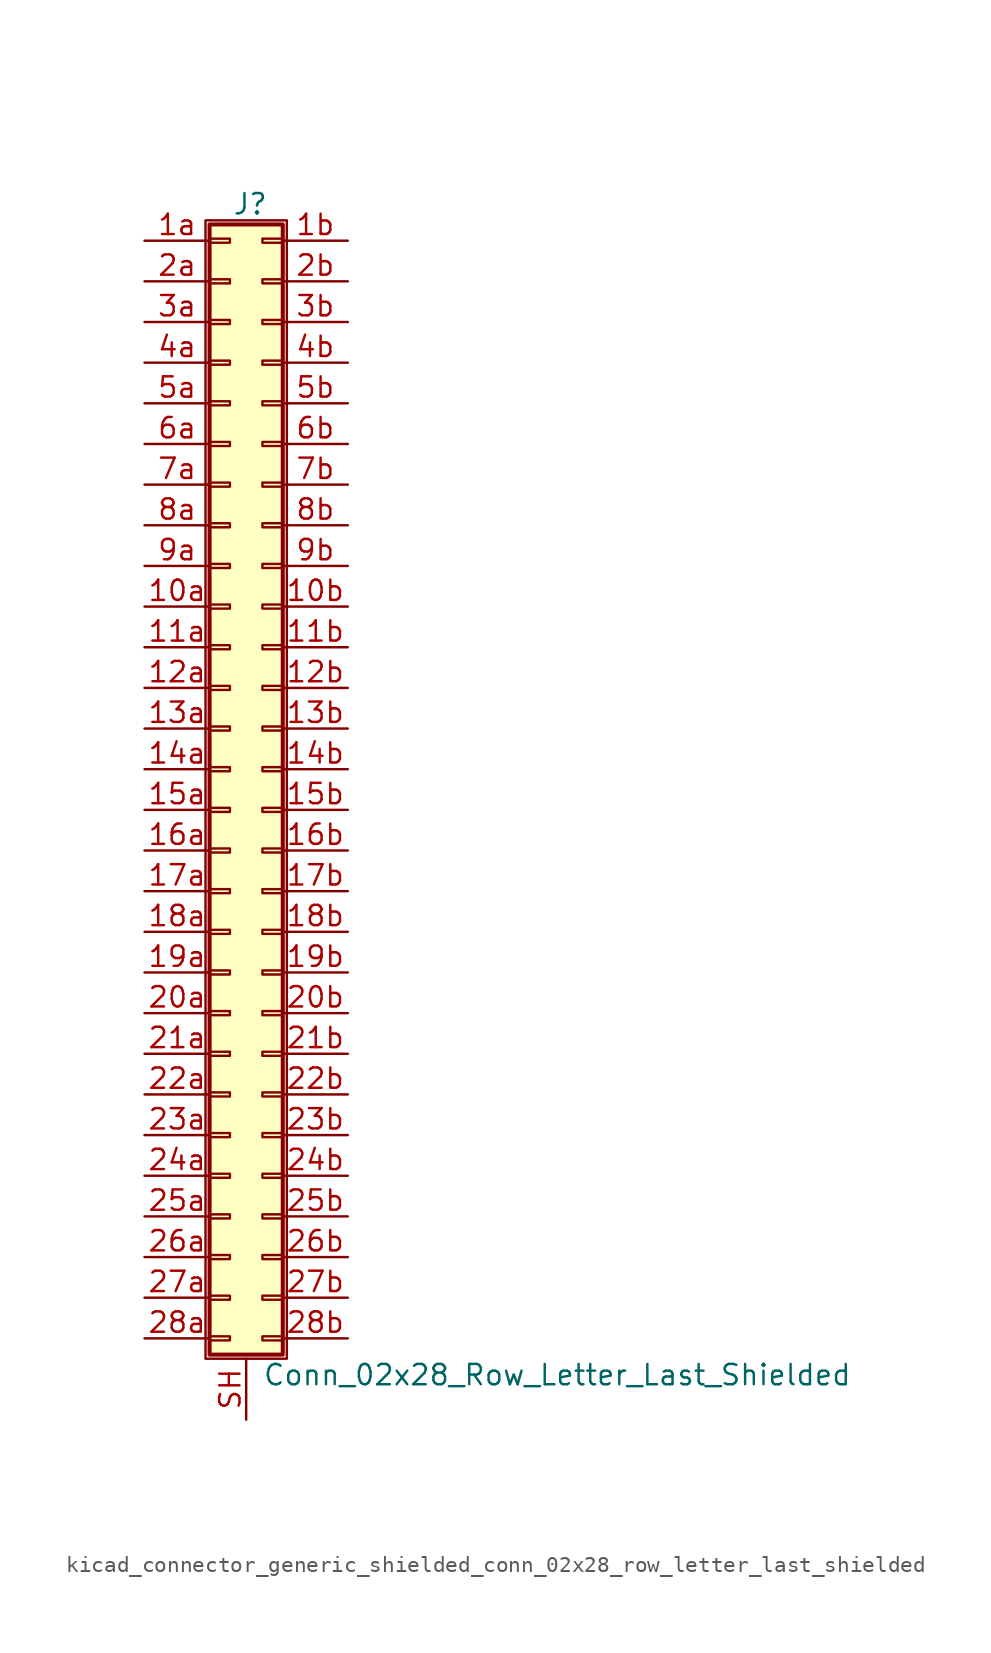
<source format=kicad_sym>
(kicad_symbol_lib
  (version 20220914)
  (generator kicad_symbol_editor)
  (symbol "kicad_connector_generic_shielded_conn_02x28_row_letter_last_shielded"
    (pin_names
      (offset 1.016) hide)
    (property "Reference" "J"
      (at 1.524 35.306 0)
      (effects (font (size 1.27 1.27))))
    (property "Value" "Conn_02x28_Row_Letter_Last_Shielded"
      (at 2.286 -37.846 0)
      (effects (font (size 1.27 1.27)) (justify left)))
    (symbol "kicad_connector_generic_shielded_conn_02x28_row_letter_last_shielded_1_1"
      (rectangle (start -1.27 34.29) (end 3.81 -36.83) (stroke (width 0.152) (type default)) (fill (type none)))
      (rectangle (start -1.016 -35.433) (end 0.254 -35.687) (stroke (width 0.152) (type default)) (fill (type none)))
      (rectangle (start -1.016 -32.893) (end 0.254 -33.147) (stroke (width 0.152) (type default)) (fill (type none)))
      (rectangle (start -1.016 -30.353) (end 0.254 -30.607) (stroke (width 0.152) (type default)) (fill (type none)))
      (rectangle (start -1.016 -27.813) (end 0.254 -28.067) (stroke (width 0.152) (type default)) (fill (type none)))
      (rectangle (start -1.016 -25.273) (end 0.254 -25.527) (stroke (width 0.152) (type default)) (fill (type none)))
      (rectangle (start -1.016 -22.733) (end 0.254 -22.987) (stroke (width 0.152) (type default)) (fill (type none)))
      (rectangle (start -1.016 -20.193) (end 0.254 -20.447) (stroke (width 0.152) (type default)) (fill (type none)))
      (rectangle (start -1.016 -17.653) (end 0.254 -17.907) (stroke (width 0.152) (type default)) (fill (type none)))
      (rectangle (start -1.016 -15.113) (end 0.254 -15.367) (stroke (width 0.152) (type default)) (fill (type none)))
      (rectangle (start -1.016 -12.573) (end 0.254 -12.827) (stroke (width 0.152) (type default)) (fill (type none)))
      (rectangle (start -1.016 -10.033) (end 0.254 -10.287) (stroke (width 0.152) (type default)) (fill (type none)))
      (rectangle (start -1.016 -7.493) (end 0.254 -7.747) (stroke (width 0.152) (type default)) (fill (type none)))
      (rectangle (start -1.016 -4.953) (end 0.254 -5.207) (stroke (width 0.152) (type default)) (fill (type none)))
      (rectangle (start -1.016 -2.413) (end 0.254 -2.667) (stroke (width 0.152) (type default)) (fill (type none)))
      (rectangle (start -1.016 0.127) (end 0.254 -0.127) (stroke (width 0.152) (type default)) (fill (type none)))
      (rectangle (start -1.016 2.667) (end 0.254 2.413) (stroke (width 0.152) (type default)) (fill (type none)))
      (rectangle (start -1.016 5.207) (end 0.254 4.953) (stroke (width 0.152) (type default)) (fill (type none)))
      (rectangle (start -1.016 7.747) (end 0.254 7.493) (stroke (width 0.152) (type default)) (fill (type none)))
      (rectangle (start -1.016 10.287) (end 0.254 10.033) (stroke (width 0.152) (type default)) (fill (type none)))
      (rectangle (start -1.016 12.827) (end 0.254 12.573) (stroke (width 0.152) (type default)) (fill (type none)))
      (rectangle (start -1.016 15.367) (end 0.254 15.113) (stroke (width 0.152) (type default)) (fill (type none)))
      (rectangle (start -1.016 17.907) (end 0.254 17.653) (stroke (width 0.152) (type default)) (fill (type none)))
      (rectangle (start -1.016 20.447) (end 0.254 20.193) (stroke (width 0.152) (type default)) (fill (type none)))
      (rectangle (start -1.016 22.987) (end 0.254 22.733) (stroke (width 0.152) (type default)) (fill (type none)))
      (rectangle (start -1.016 25.527) (end 0.254 25.273) (stroke (width 0.152) (type default)) (fill (type none)))
      (rectangle (start -1.016 28.067) (end 0.254 27.813) (stroke (width 0.152) (type default)) (fill (type none)))
      (rectangle (start -1.016 30.607) (end 0.254 30.353) (stroke (width 0.152) (type default)) (fill (type none)))
      (rectangle (start -1.016 33.147) (end 0.254 32.893) (stroke (width 0.152) (type default)) (fill (type none)))
      (rectangle (start -1.016 34.036) (end 3.556 -36.576) (stroke (width 0.254) (type default)) (fill (type background)))
      (rectangle (start 3.556 -35.433) (end 2.286 -35.687) (stroke (width 0.152) (type default)) (fill (type none)))
      (rectangle (start 3.556 -32.893) (end 2.286 -33.147) (stroke (width 0.152) (type default)) (fill (type none)))
      (rectangle (start 3.556 -30.353) (end 2.286 -30.607) (stroke (width 0.152) (type default)) (fill (type none)))
      (rectangle (start 3.556 -27.813) (end 2.286 -28.067) (stroke (width 0.152) (type default)) (fill (type none)))
      (rectangle (start 3.556 -25.273) (end 2.286 -25.527) (stroke (width 0.152) (type default)) (fill (type none)))
      (rectangle (start 3.556 -22.733) (end 2.286 -22.987) (stroke (width 0.152) (type default)) (fill (type none)))
      (rectangle (start 3.556 -20.193) (end 2.286 -20.447) (stroke (width 0.152) (type default)) (fill (type none)))
      (rectangle (start 3.556 -17.653) (end 2.286 -17.907) (stroke (width 0.152) (type default)) (fill (type none)))
      (rectangle (start 3.556 -15.113) (end 2.286 -15.367) (stroke (width 0.152) (type default)) (fill (type none)))
      (rectangle (start 3.556 -12.573) (end 2.286 -12.827) (stroke (width 0.152) (type default)) (fill (type none)))
      (rectangle (start 3.556 -10.033) (end 2.286 -10.287) (stroke (width 0.152) (type default)) (fill (type none)))
      (rectangle (start 3.556 -7.493) (end 2.286 -7.747) (stroke (width 0.152) (type default)) (fill (type none)))
      (rectangle (start 3.556 -4.953) (end 2.286 -5.207) (stroke (width 0.152) (type default)) (fill (type none)))
      (rectangle (start 3.556 -2.413) (end 2.286 -2.667) (stroke (width 0.152) (type default)) (fill (type none)))
      (rectangle (start 3.556 0.127) (end 2.286 -0.127) (stroke (width 0.152) (type default)) (fill (type none)))
      (rectangle (start 3.556 2.667) (end 2.286 2.413) (stroke (width 0.152) (type default)) (fill (type none)))
      (rectangle (start 3.556 5.207) (end 2.286 4.953) (stroke (width 0.152) (type default)) (fill (type none)))
      (rectangle (start 3.556 7.747) (end 2.286 7.493) (stroke (width 0.152) (type default)) (fill (type none)))
      (rectangle (start 3.556 10.287) (end 2.286 10.033) (stroke (width 0.152) (type default)) (fill (type none)))
      (rectangle (start 3.556 12.827) (end 2.286 12.573) (stroke (width 0.152) (type default)) (fill (type none)))
      (rectangle (start 3.556 15.367) (end 2.286 15.113) (stroke (width 0.152) (type default)) (fill (type none)))
      (rectangle (start 3.556 17.907) (end 2.286 17.653) (stroke (width 0.152) (type default)) (fill (type none)))
      (rectangle (start 3.556 20.447) (end 2.286 20.193) (stroke (width 0.152) (type default)) (fill (type none)))
      (rectangle (start 3.556 22.987) (end 2.286 22.733) (stroke (width 0.152) (type default)) (fill (type none)))
      (rectangle (start 3.556 25.527) (end 2.286 25.273) (stroke (width 0.152) (type default)) (fill (type none)))
      (rectangle (start 3.556 28.067) (end 2.286 27.813) (stroke (width 0.152) (type default)) (fill (type none)))
      (rectangle (start 3.556 30.607) (end 2.286 30.353) (stroke (width 0.152) (type default)) (fill (type none)))
      (rectangle (start 3.556 33.147) (end 2.286 32.893) (stroke (width 0.152) (type default)) (fill (type none)))
      (pin passive line (at -5.08 10.16 0) (length 4.064) (name "Pin_10a" (effects (font (size 1.27 1.27)))) (number "10a" (effects (font (size 1.27 1.27)))))
      (pin passive line (at 7.62 10.16 180) (length 4.064) (name "Pin_10b" (effects (font (size 1.27 1.27)))) (number "10b" (effects (font (size 1.27 1.27)))))
      (pin passive line (at -5.08 7.62 0) (length 4.064) (name "Pin_11a" (effects (font (size 1.27 1.27)))) (number "11a" (effects (font (size 1.27 1.27)))))
      (pin passive line (at 7.62 7.62 180) (length 4.064) (name "Pin_11b" (effects (font (size 1.27 1.27)))) (number "11b" (effects (font (size 1.27 1.27)))))
      (pin passive line (at -5.08 5.08 0) (length 4.064) (name "Pin_12a" (effects (font (size 1.27 1.27)))) (number "12a" (effects (font (size 1.27 1.27)))))
      (pin passive line (at 7.62 5.08 180) (length 4.064) (name "Pin_12b" (effects (font (size 1.27 1.27)))) (number "12b" (effects (font (size 1.27 1.27)))))
      (pin passive line (at -5.08 2.54 0) (length 4.064) (name "Pin_13a" (effects (font (size 1.27 1.27)))) (number "13a" (effects (font (size 1.27 1.27)))))
      (pin passive line (at 7.62 2.54 180) (length 4.064) (name "Pin_13b" (effects (font (size 1.27 1.27)))) (number "13b" (effects (font (size 1.27 1.27)))))
      (pin passive line (at -5.08 0 0) (length 4.064) (name "Pin_14a" (effects (font (size 1.27 1.27)))) (number "14a" (effects (font (size 1.27 1.27)))))
      (pin passive line (at 7.62 0 180) (length 4.064) (name "Pin_14b" (effects (font (size 1.27 1.27)))) (number "14b" (effects (font (size 1.27 1.27)))))
      (pin passive line (at -5.08 -2.54 0) (length 4.064) (name "Pin_15a" (effects (font (size 1.27 1.27)))) (number "15a" (effects (font (size 1.27 1.27)))))
      (pin passive line (at 7.62 -2.54 180) (length 4.064) (name "Pin_15b" (effects (font (size 1.27 1.27)))) (number "15b" (effects (font (size 1.27 1.27)))))
      (pin passive line (at -5.08 -5.08 0) (length 4.064) (name "Pin_16a" (effects (font (size 1.27 1.27)))) (number "16a" (effects (font (size 1.27 1.27)))))
      (pin passive line (at 7.62 -5.08 180) (length 4.064) (name "Pin_16b" (effects (font (size 1.27 1.27)))) (number "16b" (effects (font (size 1.27 1.27)))))
      (pin passive line (at -5.08 -7.62 0) (length 4.064) (name "Pin_17a" (effects (font (size 1.27 1.27)))) (number "17a" (effects (font (size 1.27 1.27)))))
      (pin passive line (at 7.62 -7.62 180) (length 4.064) (name "Pin_17b" (effects (font (size 1.27 1.27)))) (number "17b" (effects (font (size 1.27 1.27)))))
      (pin passive line (at -5.08 -10.16 0) (length 4.064) (name "Pin_18a" (effects (font (size 1.27 1.27)))) (number "18a" (effects (font (size 1.27 1.27)))))
      (pin passive line (at 7.62 -10.16 180) (length 4.064) (name "Pin_18b" (effects (font (size 1.27 1.27)))) (number "18b" (effects (font (size 1.27 1.27)))))
      (pin passive line (at -5.08 -12.7 0) (length 4.064) (name "Pin_19a" (effects (font (size 1.27 1.27)))) (number "19a" (effects (font (size 1.27 1.27)))))
      (pin passive line (at 7.62 -12.7 180) (length 4.064) (name "Pin_19b" (effects (font (size 1.27 1.27)))) (number "19b" (effects (font (size 1.27 1.27)))))
      (pin passive line (at -5.08 33.02 0) (length 4.064) (name "Pin_1a" (effects (font (size 1.27 1.27)))) (number "1a" (effects (font (size 1.27 1.27)))))
      (pin passive line (at 7.62 33.02 180) (length 4.064) (name "Pin_1b" (effects (font (size 1.27 1.27)))) (number "1b" (effects (font (size 1.27 1.27)))))
      (pin passive line (at -5.08 -15.24 0) (length 4.064) (name "Pin_20a" (effects (font (size 1.27 1.27)))) (number "20a" (effects (font (size 1.27 1.27)))))
      (pin passive line (at 7.62 -15.24 180) (length 4.064) (name "Pin_20b" (effects (font (size 1.27 1.27)))) (number "20b" (effects (font (size 1.27 1.27)))))
      (pin passive line (at -5.08 -17.78 0) (length 4.064) (name "Pin_21a" (effects (font (size 1.27 1.27)))) (number "21a" (effects (font (size 1.27 1.27)))))
      (pin passive line (at 7.62 -17.78 180) (length 4.064) (name "Pin_21b" (effects (font (size 1.27 1.27)))) (number "21b" (effects (font (size 1.27 1.27)))))
      (pin passive line (at -5.08 -20.32 0) (length 4.064) (name "Pin_22a" (effects (font (size 1.27 1.27)))) (number "22a" (effects (font (size 1.27 1.27)))))
      (pin passive line (at 7.62 -20.32 180) (length 4.064) (name "Pin_22b" (effects (font (size 1.27 1.27)))) (number "22b" (effects (font (size 1.27 1.27)))))
      (pin passive line (at -5.08 -22.86 0) (length 4.064) (name "Pin_23a" (effects (font (size 1.27 1.27)))) (number "23a" (effects (font (size 1.27 1.27)))))
      (pin passive line (at 7.62 -22.86 180) (length 4.064) (name "Pin_23b" (effects (font (size 1.27 1.27)))) (number "23b" (effects (font (size 1.27 1.27)))))
      (pin passive line (at -5.08 -25.4 0) (length 4.064) (name "Pin_24a" (effects (font (size 1.27 1.27)))) (number "24a" (effects (font (size 1.27 1.27)))))
      (pin passive line (at 7.62 -25.4 180) (length 4.064) (name "Pin_24b" (effects (font (size 1.27 1.27)))) (number "24b" (effects (font (size 1.27 1.27)))))
      (pin passive line (at -5.08 -27.94 0) (length 4.064) (name "Pin_25a" (effects (font (size 1.27 1.27)))) (number "25a" (effects (font (size 1.27 1.27)))))
      (pin passive line (at 7.62 -27.94 180) (length 4.064) (name "Pin_25b" (effects (font (size 1.27 1.27)))) (number "25b" (effects (font (size 1.27 1.27)))))
      (pin passive line (at -5.08 -30.48 0) (length 4.064) (name "Pin_26a" (effects (font (size 1.27 1.27)))) (number "26a" (effects (font (size 1.27 1.27)))))
      (pin passive line (at 7.62 -30.48 180) (length 4.064) (name "Pin_26b" (effects (font (size 1.27 1.27)))) (number "26b" (effects (font (size 1.27 1.27)))))
      (pin passive line (at -5.08 -33.02 0) (length 4.064) (name "Pin_27a" (effects (font (size 1.27 1.27)))) (number "27a" (effects (font (size 1.27 1.27)))))
      (pin passive line (at 7.62 -33.02 180) (length 4.064) (name "Pin_27b" (effects (font (size 1.27 1.27)))) (number "27b" (effects (font (size 1.27 1.27)))))
      (pin passive line (at -5.08 -35.56 0) (length 4.064) (name "Pin_28a" (effects (font (size 1.27 1.27)))) (number "28a" (effects (font (size 1.27 1.27)))))
      (pin passive line (at 7.62 -35.56 180) (length 4.064) (name "Pin_28b" (effects (font (size 1.27 1.27)))) (number "28b" (effects (font (size 1.27 1.27)))))
      (pin passive line (at -5.08 30.48 0) (length 4.064) (name "Pin_2a" (effects (font (size 1.27 1.27)))) (number "2a" (effects (font (size 1.27 1.27)))))
      (pin passive line (at 7.62 30.48 180) (length 4.064) (name "Pin_2b" (effects (font (size 1.27 1.27)))) (number "2b" (effects (font (size 1.27 1.27)))))
      (pin passive line (at -5.08 27.94 0) (length 4.064) (name "Pin_3a" (effects (font (size 1.27 1.27)))) (number "3a" (effects (font (size 1.27 1.27)))))
      (pin passive line (at 7.62 27.94 180) (length 4.064) (name "Pin_3b" (effects (font (size 1.27 1.27)))) (number "3b" (effects (font (size 1.27 1.27)))))
      (pin passive line (at -5.08 25.4 0) (length 4.064) (name "Pin_4a" (effects (font (size 1.27 1.27)))) (number "4a" (effects (font (size 1.27 1.27)))))
      (pin passive line (at 7.62 25.4 180) (length 4.064) (name "Pin_4b" (effects (font (size 1.27 1.27)))) (number "4b" (effects (font (size 1.27 1.27)))))
      (pin passive line (at -5.08 22.86 0) (length 4.064) (name "Pin_5a" (effects (font (size 1.27 1.27)))) (number "5a" (effects (font (size 1.27 1.27)))))
      (pin passive line (at 7.62 22.86 180) (length 4.064) (name "Pin_5b" (effects (font (size 1.27 1.27)))) (number "5b" (effects (font (size 1.27 1.27)))))
      (pin passive line (at -5.08 20.32 0) (length 4.064) (name "Pin_6a" (effects (font (size 1.27 1.27)))) (number "6a" (effects (font (size 1.27 1.27)))))
      (pin passive line (at 7.62 20.32 180) (length 4.064) (name "Pin_6b" (effects (font (size 1.27 1.27)))) (number "6b" (effects (font (size 1.27 1.27)))))
      (pin passive line (at -5.08 17.78 0) (length 4.064) (name "Pin_7a" (effects (font (size 1.27 1.27)))) (number "7a" (effects (font (size 1.27 1.27)))))
      (pin passive line (at 7.62 17.78 180) (length 4.064) (name "Pin_7b" (effects (font (size 1.27 1.27)))) (number "7b" (effects (font (size 1.27 1.27)))))
      (pin passive line (at -5.08 15.24 0) (length 4.064) (name "Pin_8a" (effects (font (size 1.27 1.27)))) (number "8a" (effects (font (size 1.27 1.27)))))
      (pin passive line (at 7.62 15.24 180) (length 4.064) (name "Pin_8b" (effects (font (size 1.27 1.27)))) (number "8b" (effects (font (size 1.27 1.27)))))
      (pin passive line (at -5.08 12.7 0) (length 4.064) (name "Pin_9a" (effects (font (size 1.27 1.27)))) (number "9a" (effects (font (size 1.27 1.27)))))
      (pin passive line (at 7.62 12.7 180) (length 4.064) (name "Pin_9b" (effects (font (size 1.27 1.27)))) (number "9b" (effects (font (size 1.27 1.27)))))
      (pin passive line (at 1.27 -40.64 90) (length 3.81) (name "Shield" (effects (font (size 1.27 1.27)))) (number "SH" (effects (font (size 1.27 1.27))))))))
</source>
